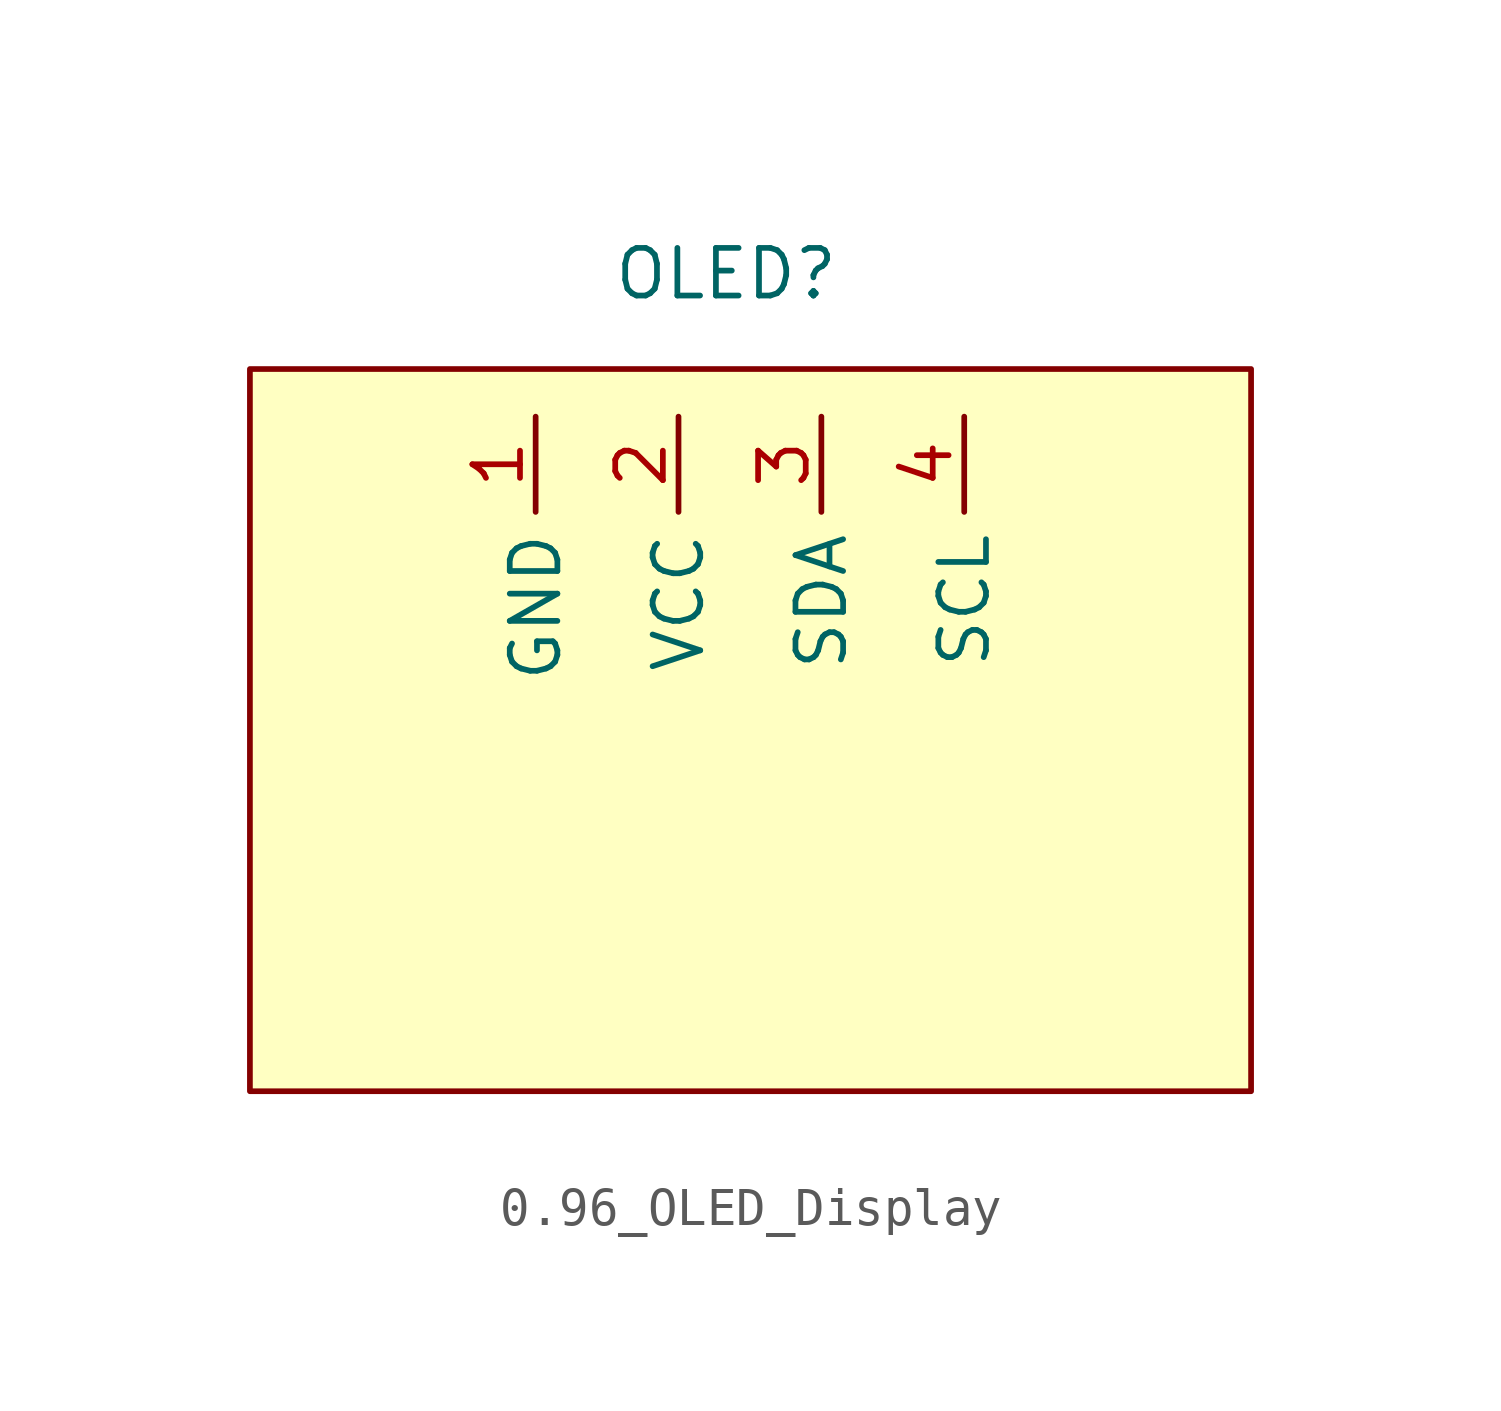
<source format=kicad_sym>
(kicad_symbol_lib
  (version 20241209)
  (generator "kicad_symbol_editor")
  (generator_version "9.0")
  (symbol "0.96_OLED_Display"
    (property "Reference" "OLED"
      (at 0 11.43 0)
      (effects (font (size 1.27 1.27))))
    (property "Value" ""
      (at 0 0 0)
      (effects (font (size 1.27 1.27))))
    (symbol "0.96_OLED_Display_1_0"
      (pin input line (at -5.08 7.62 270) (length 2.54) (name "GND" (effects (font (size 1.27 1.27)))) (number "1" (effects (font (size 1.27 1.27)))))
      (pin input line (at 2.54 7.62 270) (length 2.54) (name "SDA" (effects (font (size 1.27 1.27)))) (number "3" (effects (font (size 1.27 1.27)))))
      (pin input line (at 6.35 7.62 270) (length 2.54) (name "SCL" (effects (font (size 1.27 1.27)))) (number "4" (effects (font (size 1.27 1.27))))))
    (symbol "0.96_OLED_Display_1_1"
      (rectangle (start -12.7 8.89) (end 14 -10.37) (stroke (width 0) (type solid)) (fill (type color) (color 255 255 194 1)))
      (pin input line (at -1.27 7.62 270) (length 2.54) (name "VCC" (effects (font (size 1.27 1.27)))) (number "2" (effects (font (size 1.27 1.27))))))))
</source>
